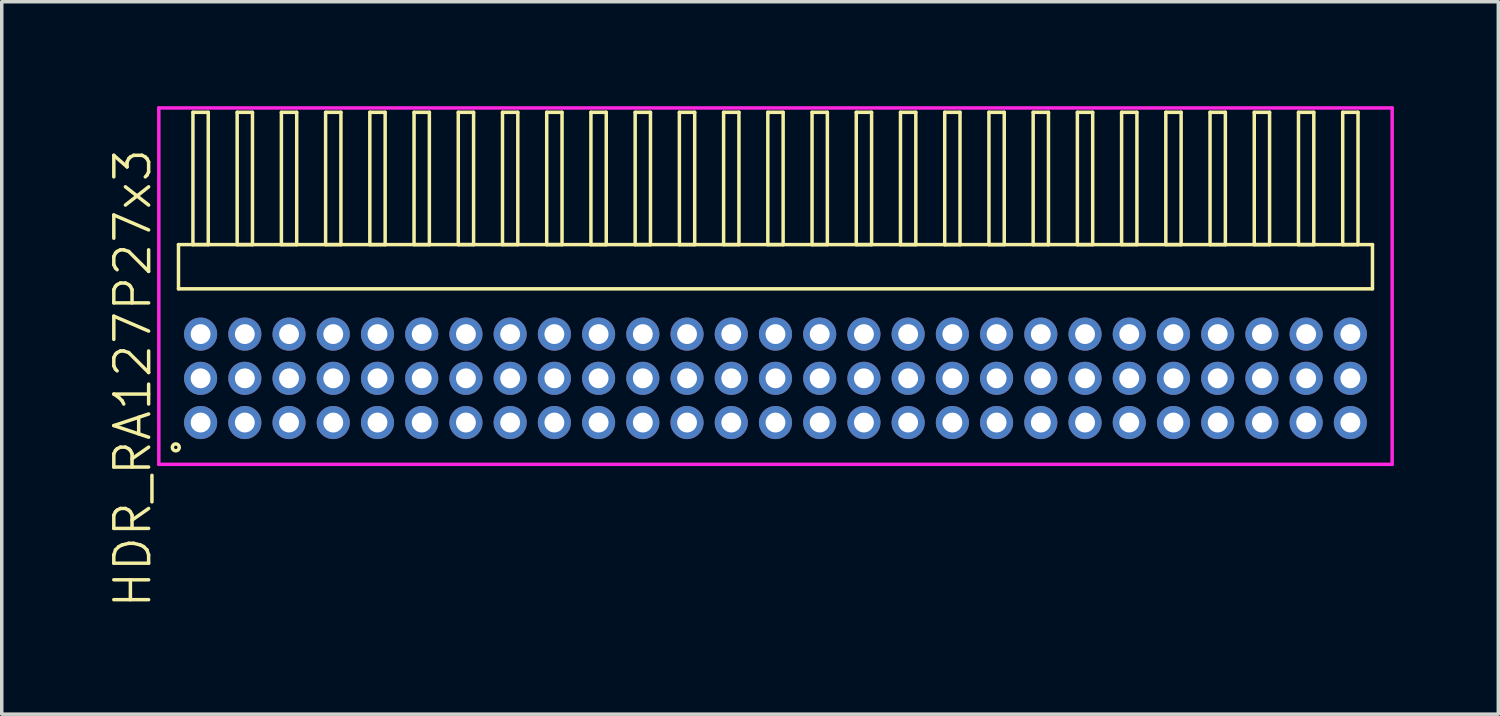
<source format=kicad_pcb>
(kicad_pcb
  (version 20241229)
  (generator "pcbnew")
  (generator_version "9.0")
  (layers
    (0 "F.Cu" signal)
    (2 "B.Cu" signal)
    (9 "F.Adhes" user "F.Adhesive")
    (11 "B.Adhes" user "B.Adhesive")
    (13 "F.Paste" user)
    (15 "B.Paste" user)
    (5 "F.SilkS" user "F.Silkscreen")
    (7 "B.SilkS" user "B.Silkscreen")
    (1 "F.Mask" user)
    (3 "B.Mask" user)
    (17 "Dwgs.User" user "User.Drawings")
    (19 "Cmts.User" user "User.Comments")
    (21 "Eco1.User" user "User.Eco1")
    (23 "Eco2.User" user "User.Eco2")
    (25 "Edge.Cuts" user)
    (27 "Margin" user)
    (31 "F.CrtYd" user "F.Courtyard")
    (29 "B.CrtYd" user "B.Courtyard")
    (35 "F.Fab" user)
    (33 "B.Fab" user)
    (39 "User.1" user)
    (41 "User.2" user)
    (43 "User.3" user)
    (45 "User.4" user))
  (footprint "HDR_RA127P27x3"
    (layer "F.Cu")
    (at 19.221 7.815)
    (property "Reference" "HDR_RA127P27x3" (at -18.46 0 90) (layer "F.SilkS") (effects (font (size 1 1) (thickness 0.1))))
    (attr through_hole)
    (fp_line (start -17.145 -3.84) (end -17.145 -2.57) (stroke (width 0.1) (type solid)) (layer "F.SilkS"))
    (fp_line (start -17.145 -2.57) (end 17.145 -2.57) (stroke (width 0.1) (type solid)) (layer "F.SilkS"))
    (fp_line (start -16.73 -7.64) (end -16.73 -3.84) (stroke (width 0.1) (type solid)) (layer "F.SilkS"))
    (fp_line (start -16.73 -3.84) (end -16.29 -3.84) (stroke (width 0.1) (type solid)) (layer "F.SilkS"))
    (fp_line (start -16.29 -7.64) (end -16.73 -7.64) (stroke (width 0.1) (type solid)) (layer "F.SilkS"))
    (fp_line (start -16.29 -3.84) (end -16.29 -7.64) (stroke (width 0.1) (type solid)) (layer "F.SilkS"))
    (fp_line (start -15.46 -7.64) (end -15.46 -3.84) (stroke (width 0.1) (type solid)) (layer "F.SilkS"))
    (fp_line (start -15.46 -3.84) (end -15.02 -3.84) (stroke (width 0.1) (type solid)) (layer "F.SilkS"))
    (fp_line (start -15.02 -7.64) (end -15.46 -7.64) (stroke (width 0.1) (type solid)) (layer "F.SilkS"))
    (fp_line (start -15.02 -3.84) (end -15.02 -7.64) (stroke (width 0.1) (type solid)) (layer "F.SilkS"))
    (fp_line (start -14.19 -7.64) (end -14.19 -3.84) (stroke (width 0.1) (type solid)) (layer "F.SilkS"))
    (fp_line (start -14.19 -3.84) (end -13.75 -3.84) (stroke (width 0.1) (type solid)) (layer "F.SilkS"))
    (fp_line (start -13.75 -7.64) (end -14.19 -7.64) (stroke (width 0.1) (type solid)) (layer "F.SilkS"))
    (fp_line (start -13.75 -3.84) (end -13.75 -7.64) (stroke (width 0.1) (type solid)) (layer "F.SilkS"))
    (fp_line (start -12.92 -7.64) (end -12.92 -3.84) (stroke (width 0.1) (type solid)) (layer "F.SilkS"))
    (fp_line (start -12.92 -3.84) (end -12.48 -3.84) (stroke (width 0.1) (type solid)) (layer "F.SilkS"))
    (fp_line (start -12.48 -7.64) (end -12.92 -7.64) (stroke (width 0.1) (type solid)) (layer "F.SilkS"))
    (fp_line (start -12.48 -3.84) (end -12.48 -7.64) (stroke (width 0.1) (type solid)) (layer "F.SilkS"))
    (fp_line (start -11.65 -7.64) (end -11.65 -3.84) (stroke (width 0.1) (type solid)) (layer "F.SilkS"))
    (fp_line (start -11.65 -3.84) (end -11.21 -3.84) (stroke (width 0.1) (type solid)) (layer "F.SilkS"))
    (fp_line (start -11.21 -7.64) (end -11.65 -7.64) (stroke (width 0.1) (type solid)) (layer "F.SilkS"))
    (fp_line (start -11.21 -3.84) (end -11.21 -7.64) (stroke (width 0.1) (type solid)) (layer "F.SilkS"))
    (fp_line (start -10.38 -7.64) (end -10.38 -3.84) (stroke (width 0.1) (type solid)) (layer "F.SilkS"))
    (fp_line (start -10.38 -3.84) (end -9.94 -3.84) (stroke (width 0.1) (type solid)) (layer "F.SilkS"))
    (fp_line (start -9.94 -7.64) (end -10.38 -7.64) (stroke (width 0.1) (type solid)) (layer "F.SilkS"))
    (fp_line (start -9.94 -3.84) (end -9.94 -7.64) (stroke (width 0.1) (type solid)) (layer "F.SilkS"))
    (fp_line (start -9.11 -7.64) (end -9.11 -3.84) (stroke (width 0.1) (type solid)) (layer "F.SilkS"))
    (fp_line (start -9.11 -3.84) (end -8.67 -3.84) (stroke (width 0.1) (type solid)) (layer "F.SilkS"))
    (fp_line (start -8.67 -7.64) (end -9.11 -7.64) (stroke (width 0.1) (type solid)) (layer "F.SilkS"))
    (fp_line (start -8.67 -3.84) (end -8.67 -7.64) (stroke (width 0.1) (type solid)) (layer "F.SilkS"))
    (fp_line (start -7.84 -7.64) (end -7.84 -3.84) (stroke (width 0.1) (type solid)) (layer "F.SilkS"))
    (fp_line (start -7.84 -3.84) (end -7.4 -3.84) (stroke (width 0.1) (type solid)) (layer "F.SilkS"))
    (fp_line (start -7.4 -7.64) (end -7.84 -7.64) (stroke (width 0.1) (type solid)) (layer "F.SilkS"))
    (fp_line (start -7.4 -3.84) (end -7.4 -7.64) (stroke (width 0.1) (type solid)) (layer "F.SilkS"))
    (fp_line (start -6.57 -7.64) (end -6.57 -3.84) (stroke (width 0.1) (type solid)) (layer "F.SilkS"))
    (fp_line (start -6.57 -3.84) (end -6.13 -3.84) (stroke (width 0.1) (type solid)) (layer "F.SilkS"))
    (fp_line (start -6.13 -7.64) (end -6.57 -7.64) (stroke (width 0.1) (type solid)) (layer "F.SilkS"))
    (fp_line (start -6.13 -3.84) (end -6.13 -7.64) (stroke (width 0.1) (type solid)) (layer "F.SilkS"))
    (fp_line (start -5.3 -7.64) (end -5.3 -3.84) (stroke (width 0.1) (type solid)) (layer "F.SilkS"))
    (fp_line (start -5.3 -3.84) (end -4.86 -3.84) (stroke (width 0.1) (type solid)) (layer "F.SilkS"))
    (fp_line (start -4.86 -7.64) (end -5.3 -7.64) (stroke (width 0.1) (type solid)) (layer "F.SilkS"))
    (fp_line (start -4.86 -3.84) (end -4.86 -7.64) (stroke (width 0.1) (type solid)) (layer "F.SilkS"))
    (fp_line (start -4.03 -7.64) (end -4.03 -3.84) (stroke (width 0.1) (type solid)) (layer "F.SilkS"))
    (fp_line (start -4.03 -3.84) (end -3.59 -3.84) (stroke (width 0.1) (type solid)) (layer "F.SilkS"))
    (fp_line (start -3.59 -7.64) (end -4.03 -7.64) (stroke (width 0.1) (type solid)) (layer "F.SilkS"))
    (fp_line (start -3.59 -3.84) (end -3.59 -7.64) (stroke (width 0.1) (type solid)) (layer "F.SilkS"))
    (fp_line (start -2.76 -7.64) (end -2.76 -3.84) (stroke (width 0.1) (type solid)) (layer "F.SilkS"))
    (fp_line (start -2.76 -3.84) (end -2.32 -3.84) (stroke (width 0.1) (type solid)) (layer "F.SilkS"))
    (fp_line (start -2.32 -7.64) (end -2.76 -7.64) (stroke (width 0.1) (type solid)) (layer "F.SilkS"))
    (fp_line (start -2.32 -3.84) (end -2.32 -7.64) (stroke (width 0.1) (type solid)) (layer "F.SilkS"))
    (fp_line (start -1.49 -7.64) (end -1.49 -3.84) (stroke (width 0.1) (type solid)) (layer "F.SilkS"))
    (fp_line (start -1.49 -3.84) (end -1.05 -3.84) (stroke (width 0.1) (type solid)) (layer "F.SilkS"))
    (fp_line (start -1.05 -7.64) (end -1.49 -7.64) (stroke (width 0.1) (type solid)) (layer "F.SilkS"))
    (fp_line (start -1.05 -3.84) (end -1.05 -7.64) (stroke (width 0.1) (type solid)) (layer "F.SilkS"))
    (fp_line (start -0.22 -7.64) (end -0.22 -3.84) (stroke (width 0.1) (type solid)) (layer "F.SilkS"))
    (fp_line (start -0.22 -3.84) (end 0.22 -3.84) (stroke (width 0.1) (type solid)) (layer "F.SilkS"))
    (fp_line (start 0.22 -7.64) (end -0.22 -7.64) (stroke (width 0.1) (type solid)) (layer "F.SilkS"))
    (fp_line (start 0.22 -3.84) (end 0.22 -7.64) (stroke (width 0.1) (type solid)) (layer "F.SilkS"))
    (fp_line (start 1.05 -7.64) (end 1.05 -3.84) (stroke (width 0.1) (type solid)) (layer "F.SilkS"))
    (fp_line (start 1.05 -3.84) (end 1.49 -3.84) (stroke (width 0.1) (type solid)) (layer "F.SilkS"))
    (fp_line (start 1.49 -7.64) (end 1.05 -7.64) (stroke (width 0.1) (type solid)) (layer "F.SilkS"))
    (fp_line (start 1.49 -3.84) (end 1.49 -7.64) (stroke (width 0.1) (type solid)) (layer "F.SilkS"))
    (fp_line (start 2.32 -7.64) (end 2.32 -3.84) (stroke (width 0.1) (type solid)) (layer "F.SilkS"))
    (fp_line (start 2.32 -3.84) (end 2.76 -3.84) (stroke (width 0.1) (type solid)) (layer "F.SilkS"))
    (fp_line (start 2.76 -7.64) (end 2.32 -7.64) (stroke (width 0.1) (type solid)) (layer "F.SilkS"))
    (fp_line (start 2.76 -3.84) (end 2.76 -7.64) (stroke (width 0.1) (type solid)) (layer "F.SilkS"))
    (fp_line (start 3.59 -7.64) (end 3.59 -3.84) (stroke (width 0.1) (type solid)) (layer "F.SilkS"))
    (fp_line (start 3.59 -3.84) (end 4.03 -3.84) (stroke (width 0.1) (type solid)) (layer "F.SilkS"))
    (fp_line (start 4.03 -7.64) (end 3.59 -7.64) (stroke (width 0.1) (type solid)) (layer "F.SilkS"))
    (fp_line (start 4.03 -3.84) (end 4.03 -7.64) (stroke (width 0.1) (type solid)) (layer "F.SilkS"))
    (fp_line (start 4.86 -7.64) (end 4.86 -3.84) (stroke (width 0.1) (type solid)) (layer "F.SilkS"))
    (fp_line (start 4.86 -3.84) (end 5.3 -3.84) (stroke (width 0.1) (type solid)) (layer "F.SilkS"))
    (fp_line (start 5.3 -7.64) (end 4.86 -7.64) (stroke (width 0.1) (type solid)) (layer "F.SilkS"))
    (fp_line (start 5.3 -3.84) (end 5.3 -7.64) (stroke (width 0.1) (type solid)) (layer "F.SilkS"))
    (fp_line (start 6.13 -7.64) (end 6.13 -3.84) (stroke (width 0.1) (type solid)) (layer "F.SilkS"))
    (fp_line (start 6.13 -3.84) (end 6.57 -3.84) (stroke (width 0.1) (type solid)) (layer "F.SilkS"))
    (fp_line (start 6.57 -7.64) (end 6.13 -7.64) (stroke (width 0.1) (type solid)) (layer "F.SilkS"))
    (fp_line (start 6.57 -3.84) (end 6.57 -7.64) (stroke (width 0.1) (type solid)) (layer "F.SilkS"))
    (fp_line (start 7.4 -7.64) (end 7.4 -3.84) (stroke (width 0.1) (type solid)) (layer "F.SilkS"))
    (fp_line (start 7.4 -3.84) (end 7.84 -3.84) (stroke (width 0.1) (type solid)) (layer "F.SilkS"))
    (fp_line (start 7.84 -7.64) (end 7.4 -7.64) (stroke (width 0.1) (type solid)) (layer "F.SilkS"))
    (fp_line (start 7.84 -3.84) (end 7.84 -7.64) (stroke (width 0.1) (type solid)) (layer "F.SilkS"))
    (fp_line (start 8.67 -7.64) (end 8.67 -3.84) (stroke (width 0.1) (type solid)) (layer "F.SilkS"))
    (fp_line (start 8.67 -3.84) (end 9.11 -3.84) (stroke (width 0.1) (type solid)) (layer "F.SilkS"))
    (fp_line (start 9.11 -7.64) (end 8.67 -7.64) (stroke (width 0.1) (type solid)) (layer "F.SilkS"))
    (fp_line (start 9.11 -3.84) (end 9.11 -7.64) (stroke (width 0.1) (type solid)) (layer "F.SilkS"))
    (fp_line (start 9.94 -7.64) (end 9.94 -3.84) (stroke (width 0.1) (type solid)) (layer "F.SilkS"))
    (fp_line (start 9.94 -3.84) (end 10.38 -3.84) (stroke (width 0.1) (type solid)) (layer "F.SilkS"))
    (fp_line (start 10.38 -7.64) (end 9.94 -7.64) (stroke (width 0.1) (type solid)) (layer "F.SilkS"))
    (fp_line (start 10.38 -3.84) (end 10.38 -7.64) (stroke (width 0.1) (type solid)) (layer "F.SilkS"))
    (fp_line (start 11.21 -7.64) (end 11.21 -3.84) (stroke (width 0.1) (type solid)) (layer "F.SilkS"))
    (fp_line (start 11.21 -3.84) (end 11.65 -3.84) (stroke (width 0.1) (type solid)) (layer "F.SilkS"))
    (fp_line (start 11.65 -7.64) (end 11.21 -7.64) (stroke (width 0.1) (type solid)) (layer "F.SilkS"))
    (fp_line (start 11.65 -3.84) (end 11.65 -7.64) (stroke (width 0.1) (type solid)) (layer "F.SilkS"))
    (fp_line (start 12.48 -7.64) (end 12.48 -3.84) (stroke (width 0.1) (type solid)) (layer "F.SilkS"))
    (fp_line (start 12.48 -3.84) (end 12.92 -3.84) (stroke (width 0.1) (type solid)) (layer "F.SilkS"))
    (fp_line (start 12.92 -7.64) (end 12.48 -7.64) (stroke (width 0.1) (type solid)) (layer "F.SilkS"))
    (fp_line (start 12.92 -3.84) (end 12.92 -7.64) (stroke (width 0.1) (type solid)) (layer "F.SilkS"))
    (fp_line (start 13.75 -7.64) (end 13.75 -3.84) (stroke (width 0.1) (type solid)) (layer "F.SilkS"))
    (fp_line (start 13.75 -3.84) (end 14.19 -3.84) (stroke (width 0.1) (type solid)) (layer "F.SilkS"))
    (fp_line (start 14.19 -7.64) (end 13.75 -7.64) (stroke (width 0.1) (type solid)) (layer "F.SilkS"))
    (fp_line (start 14.19 -3.84) (end 14.19 -7.64) (stroke (width 0.1) (type solid)) (layer "F.SilkS"))
    (fp_line (start 15.02 -7.64) (end 15.02 -3.84) (stroke (width 0.1) (type solid)) (layer "F.SilkS"))
    (fp_line (start 15.02 -3.84) (end 15.46 -3.84) (stroke (width 0.1) (type solid)) (layer "F.SilkS"))
    (fp_line (start 15.46 -7.64) (end 15.02 -7.64) (stroke (width 0.1) (type solid)) (layer "F.SilkS"))
    (fp_line (start 15.46 -3.84) (end 15.46 -7.64) (stroke (width 0.1) (type solid)) (layer "F.SilkS"))
    (fp_line (start 16.29 -7.64) (end 16.29 -3.84) (stroke (width 0.1) (type solid)) (layer "F.SilkS"))
    (fp_line (start 16.29 -3.84) (end 16.73 -3.84) (stroke (width 0.1) (type solid)) (layer "F.SilkS"))
    (fp_line (start 16.73 -7.64) (end 16.29 -7.64) (stroke (width 0.1) (type solid)) (layer "F.SilkS"))
    (fp_line (start 16.73 -3.84) (end 16.73 -7.64) (stroke (width 0.1) (type solid)) (layer "F.SilkS"))
    (fp_line (start 17.145 -3.84) (end -17.145 -3.84) (stroke (width 0.1) (type solid)) (layer "F.SilkS"))
    (fp_line (start 17.145 -2.57) (end 17.145 -3.84) (stroke (width 0.1) (type solid)) (layer "F.SilkS"))
    (fp_circle (center -17.223 1.983) (end -17.123 1.983) (stroke (width 0.1) (type solid)) (fill no) (layer "F.SilkS"))
    (fp_line (start -17.71 -7.765) (end -17.71 2.47) (stroke (width 0.1) (type solid)) (layer "F.CrtYd"))
    (fp_line (start -17.71 2.47) (end 17.71 2.47) (stroke (width 0.1) (type solid)) (layer "F.CrtYd"))
    (fp_line (start 17.71 -7.765) (end -17.71 -7.765) (stroke (width 0.1) (type solid)) (layer "F.CrtYd"))
    (fp_line (start 17.71 2.47) (end 17.71 -7.765) (stroke (width 0.1) (type solid)) (layer "F.CrtYd"))
    (pad "1" thru_hole oval (at -16.51 1.27) (size 0.95 0.95) (drill 0.57) (layers "*.Cu" "*.Mask"))
    (pad "2" thru_hole oval (at -16.51 0) (size 0.95 0.95) (drill 0.57) (layers "*.Cu" "*.Mask"))
    (pad "3" thru_hole oval (at -16.51 -1.27) (size 0.95 0.95) (drill 0.57) (layers "*.Cu" "*.Mask"))
    (pad "4" thru_hole oval (at -15.24 1.27) (size 0.95 0.95) (drill 0.57) (layers "*.Cu" "*.Mask"))
    (pad "5" thru_hole oval (at -15.24 0) (size 0.95 0.95) (drill 0.57) (layers "*.Cu" "*.Mask"))
    (pad "6" thru_hole oval (at -15.24 -1.27) (size 0.95 0.95) (drill 0.57) (layers "*.Cu" "*.Mask"))
    (pad "7" thru_hole oval (at -13.97 1.27) (size 0.95 0.95) (drill 0.57) (layers "*.Cu" "*.Mask"))
    (pad "8" thru_hole oval (at -13.97 0) (size 0.95 0.95) (drill 0.57) (layers "*.Cu" "*.Mask"))
    (pad "9" thru_hole oval (at -13.97 -1.27) (size 0.95 0.95) (drill 0.57) (layers "*.Cu" "*.Mask"))
    (pad "10" thru_hole oval (at -12.7 1.27) (size 0.95 0.95) (drill 0.57) (layers "*.Cu" "*.Mask"))
    (pad "11" thru_hole oval (at -12.7 0) (size 0.95 0.95) (drill 0.57) (layers "*.Cu" "*.Mask"))
    (pad "12" thru_hole oval (at -12.7 -1.27) (size 0.95 0.95) (drill 0.57) (layers "*.Cu" "*.Mask"))
    (pad "13" thru_hole oval (at -11.43 1.27) (size 0.95 0.95) (drill 0.57) (layers "*.Cu" "*.Mask"))
    (pad "14" thru_hole oval (at -11.43 0) (size 0.95 0.95) (drill 0.57) (layers "*.Cu" "*.Mask"))
    (pad "15" thru_hole oval (at -11.43 -1.27) (size 0.95 0.95) (drill 0.57) (layers "*.Cu" "*.Mask"))
    (pad "16" thru_hole oval (at -10.16 1.27) (size 0.95 0.95) (drill 0.57) (layers "*.Cu" "*.Mask"))
    (pad "17" thru_hole oval (at -10.16 0) (size 0.95 0.95) (drill 0.57) (layers "*.Cu" "*.Mask"))
    (pad "18" thru_hole oval (at -10.16 -1.27) (size 0.95 0.95) (drill 0.57) (layers "*.Cu" "*.Mask"))
    (pad "19" thru_hole oval (at -8.89 1.27) (size 0.95 0.95) (drill 0.57) (layers "*.Cu" "*.Mask"))
    (pad "20" thru_hole oval (at -8.89 0) (size 0.95 0.95) (drill 0.57) (layers "*.Cu" "*.Mask"))
    (pad "21" thru_hole oval (at -8.89 -1.27) (size 0.95 0.95) (drill 0.57) (layers "*.Cu" "*.Mask"))
    (pad "22" thru_hole oval (at -7.62 1.27) (size 0.95 0.95) (drill 0.57) (layers "*.Cu" "*.Mask"))
    (pad "23" thru_hole oval (at -7.62 0) (size 0.95 0.95) (drill 0.57) (layers "*.Cu" "*.Mask"))
    (pad "24" thru_hole oval (at -7.62 -1.27) (size 0.95 0.95) (drill 0.57) (layers "*.Cu" "*.Mask"))
    (pad "25" thru_hole oval (at -6.35 1.27) (size 0.95 0.95) (drill 0.57) (layers "*.Cu" "*.Mask"))
    (pad "26" thru_hole oval (at -6.35 0) (size 0.95 0.95) (drill 0.57) (layers "*.Cu" "*.Mask"))
    (pad "27" thru_hole oval (at -6.35 -1.27) (size 0.95 0.95) (drill 0.57) (layers "*.Cu" "*.Mask"))
    (pad "28" thru_hole oval (at -5.08 1.27) (size 0.95 0.95) (drill 0.57) (layers "*.Cu" "*.Mask"))
    (pad "29" thru_hole oval (at -5.08 0) (size 0.95 0.95) (drill 0.57) (layers "*.Cu" "*.Mask"))
    (pad "30" thru_hole oval (at -5.08 -1.27) (size 0.95 0.95) (drill 0.57) (layers "*.Cu" "*.Mask"))
    (pad "31" thru_hole oval (at -3.81 1.27) (size 0.95 0.95) (drill 0.57) (layers "*.Cu" "*.Mask"))
    (pad "32" thru_hole oval (at -3.81 0) (size 0.95 0.95) (drill 0.57) (layers "*.Cu" "*.Mask"))
    (pad "33" thru_hole oval (at -3.81 -1.27) (size 0.95 0.95) (drill 0.57) (layers "*.Cu" "*.Mask"))
    (pad "34" thru_hole oval (at -2.54 1.27) (size 0.95 0.95) (drill 0.57) (layers "*.Cu" "*.Mask"))
    (pad "35" thru_hole oval (at -2.54 0) (size 0.95 0.95) (drill 0.57) (layers "*.Cu" "*.Mask"))
    (pad "36" thru_hole oval (at -2.54 -1.27) (size 0.95 0.95) (drill 0.57) (layers "*.Cu" "*.Mask"))
    (pad "37" thru_hole oval (at -1.27 1.27) (size 0.95 0.95) (drill 0.57) (layers "*.Cu" "*.Mask"))
    (pad "38" thru_hole oval (at -1.27 0) (size 0.95 0.95) (drill 0.57) (layers "*.Cu" "*.Mask"))
    (pad "39" thru_hole oval (at -1.27 -1.27) (size 0.95 0.95) (drill 0.57) (layers "*.Cu" "*.Mask"))
    (pad "40" thru_hole oval (at 0 1.27) (size 0.95 0.95) (drill 0.57) (layers "*.Cu" "*.Mask"))
    (pad "41" thru_hole oval (at 0 0) (size 0.95 0.95) (drill 0.57) (layers "*.Cu" "*.Mask"))
    (pad "42" thru_hole oval (at 0 -1.27) (size 0.95 0.95) (drill 0.57) (layers "*.Cu" "*.Mask"))
    (pad "43" thru_hole oval (at 1.27 1.27) (size 0.95 0.95) (drill 0.57) (layers "*.Cu" "*.Mask"))
    (pad "44" thru_hole oval (at 1.27 0) (size 0.95 0.95) (drill 0.57) (layers "*.Cu" "*.Mask"))
    (pad "45" thru_hole oval (at 1.27 -1.27) (size 0.95 0.95) (drill 0.57) (layers "*.Cu" "*.Mask"))
    (pad "46" thru_hole oval (at 2.54 1.27) (size 0.95 0.95) (drill 0.57) (layers "*.Cu" "*.Mask"))
    (pad "47" thru_hole oval (at 2.54 0) (size 0.95 0.95) (drill 0.57) (layers "*.Cu" "*.Mask"))
    (pad "48" thru_hole oval (at 2.54 -1.27) (size 0.95 0.95) (drill 0.57) (layers "*.Cu" "*.Mask"))
    (pad "49" thru_hole oval (at 3.81 1.27) (size 0.95 0.95) (drill 0.57) (layers "*.Cu" "*.Mask"))
    (pad "50" thru_hole oval (at 3.81 0) (size 0.95 0.95) (drill 0.57) (layers "*.Cu" "*.Mask"))
    (pad "51" thru_hole oval (at 3.81 -1.27) (size 0.95 0.95) (drill 0.57) (layers "*.Cu" "*.Mask"))
    (pad "52" thru_hole oval (at 5.08 1.27) (size 0.95 0.95) (drill 0.57) (layers "*.Cu" "*.Mask"))
    (pad "53" thru_hole oval (at 5.08 0) (size 0.95 0.95) (drill 0.57) (layers "*.Cu" "*.Mask"))
    (pad "54" thru_hole oval (at 5.08 -1.27) (size 0.95 0.95) (drill 0.57) (layers "*.Cu" "*.Mask"))
    (pad "55" thru_hole oval (at 6.35 1.27) (size 0.95 0.95) (drill 0.57) (layers "*.Cu" "*.Mask"))
    (pad "56" thru_hole oval (at 6.35 0) (size 0.95 0.95) (drill 0.57) (layers "*.Cu" "*.Mask"))
    (pad "57" thru_hole oval (at 6.35 -1.27) (size 0.95 0.95) (drill 0.57) (layers "*.Cu" "*.Mask"))
    (pad "58" thru_hole oval (at 7.62 1.27) (size 0.95 0.95) (drill 0.57) (layers "*.Cu" "*.Mask"))
    (pad "59" thru_hole oval (at 7.62 0) (size 0.95 0.95) (drill 0.57) (layers "*.Cu" "*.Mask"))
    (pad "60" thru_hole oval (at 7.62 -1.27) (size 0.95 0.95) (drill 0.57) (layers "*.Cu" "*.Mask"))
    (pad "61" thru_hole oval (at 8.89 1.27) (size 0.95 0.95) (drill 0.57) (layers "*.Cu" "*.Mask"))
    (pad "62" thru_hole oval (at 8.89 0) (size 0.95 0.95) (drill 0.57) (layers "*.Cu" "*.Mask"))
    (pad "63" thru_hole oval (at 8.89 -1.27) (size 0.95 0.95) (drill 0.57) (layers "*.Cu" "*.Mask"))
    (pad "64" thru_hole oval (at 10.16 1.27) (size 0.95 0.95) (drill 0.57) (layers "*.Cu" "*.Mask"))
    (pad "65" thru_hole oval (at 10.16 0) (size 0.95 0.95) (drill 0.57) (layers "*.Cu" "*.Mask"))
    (pad "66" thru_hole oval (at 10.16 -1.27) (size 0.95 0.95) (drill 0.57) (layers "*.Cu" "*.Mask"))
    (pad "67" thru_hole oval (at 11.43 1.27) (size 0.95 0.95) (drill 0.57) (layers "*.Cu" "*.Mask"))
    (pad "68" thru_hole oval (at 11.43 0) (size 0.95 0.95) (drill 0.57) (layers "*.Cu" "*.Mask"))
    (pad "69" thru_hole oval (at 11.43 -1.27) (size 0.95 0.95) (drill 0.57) (layers "*.Cu" "*.Mask"))
    (pad "70" thru_hole oval (at 12.7 1.27) (size 0.95 0.95) (drill 0.57) (layers "*.Cu" "*.Mask"))
    (pad "71" thru_hole oval (at 12.7 0) (size 0.95 0.95) (drill 0.57) (layers "*.Cu" "*.Mask"))
    (pad "72" thru_hole oval (at 12.7 -1.27) (size 0.95 0.95) (drill 0.57) (layers "*.Cu" "*.Mask"))
    (pad "73" thru_hole oval (at 13.97 1.27) (size 0.95 0.95) (drill 0.57) (layers "*.Cu" "*.Mask"))
    (pad "74" thru_hole oval (at 13.97 0) (size 0.95 0.95) (drill 0.57) (layers "*.Cu" "*.Mask"))
    (pad "75" thru_hole oval (at 13.97 -1.27) (size 0.95 0.95) (drill 0.57) (layers "*.Cu" "*.Mask"))
    (pad "76" thru_hole oval (at 15.24 1.27) (size 0.95 0.95) (drill 0.57) (layers "*.Cu" "*.Mask"))
    (pad "77" thru_hole oval (at 15.24 0) (size 0.95 0.95) (drill 0.57) (layers "*.Cu" "*.Mask"))
    (pad "78" thru_hole oval (at 15.24 -1.27) (size 0.95 0.95) (drill 0.57) (layers "*.Cu" "*.Mask"))
    (pad "79" thru_hole oval (at 16.51 1.27) (size 0.95 0.95) (drill 0.57) (layers "*.Cu" "*.Mask"))
    (pad "80" thru_hole oval (at 16.51 0) (size 0.95 0.95) (drill 0.57) (layers "*.Cu" "*.Mask"))
    (pad "81" thru_hole oval (at 16.51 -1.27) (size 0.95 0.95) (drill 0.57) (layers "*.Cu" "*.Mask")))
  (gr_rect
    (start -3 -3)
    (end 39.98 17.46)
    (stroke (width 0.1) (type default))
    (fill no)
    (layer "Edge.Cuts")))
</source>
